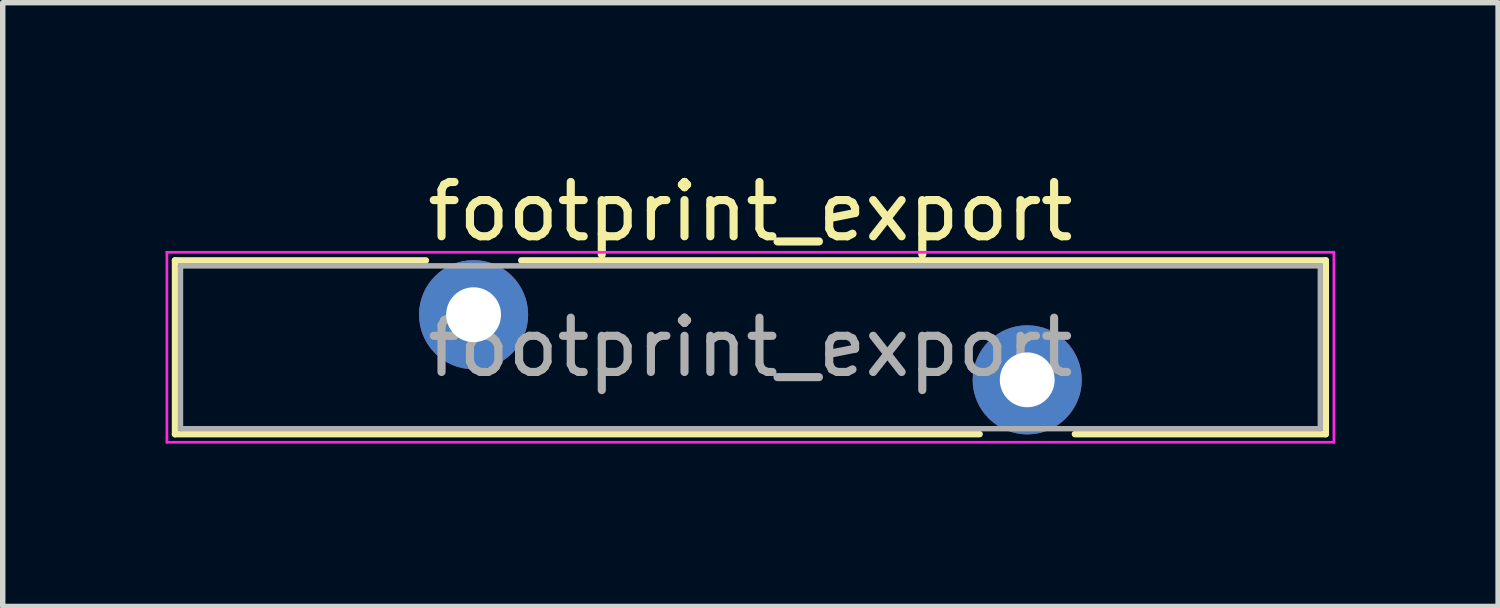
<source format=kicad_pcb>
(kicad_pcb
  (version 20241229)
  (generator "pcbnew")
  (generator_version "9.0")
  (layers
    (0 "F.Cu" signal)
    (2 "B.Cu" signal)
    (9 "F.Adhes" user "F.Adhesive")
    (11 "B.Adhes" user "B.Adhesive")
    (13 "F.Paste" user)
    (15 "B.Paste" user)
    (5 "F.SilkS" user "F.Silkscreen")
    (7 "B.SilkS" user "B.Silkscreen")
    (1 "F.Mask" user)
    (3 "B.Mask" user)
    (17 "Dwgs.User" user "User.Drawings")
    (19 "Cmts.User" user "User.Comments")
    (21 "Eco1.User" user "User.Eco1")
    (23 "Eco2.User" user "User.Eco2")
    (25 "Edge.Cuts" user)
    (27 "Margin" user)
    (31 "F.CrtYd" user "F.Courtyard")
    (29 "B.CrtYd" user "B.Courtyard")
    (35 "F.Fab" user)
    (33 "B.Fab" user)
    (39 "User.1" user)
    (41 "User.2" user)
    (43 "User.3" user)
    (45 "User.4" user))
  (footprint "footprint_export"
    (layer "F.Cu")
    (at 5.675 2.748)
    (property "Reference" "footprint_export" (at 5.1 -1.9 0) (layer "F.SilkS") (effects (font (size 1 1) (thickness 0.15))))
    (attr through_hole)
    (fp_line (start -5.5 -1) (end -5.5 2.2) (stroke (width 0.12) (type solid)) (layer "F.SilkS"))
    (fp_line (start -5.5 -1) (end -0.879 -1) (stroke (width 0.12) (type solid)) (layer "F.SilkS"))
    (fp_line (start -5.5 2.2) (end 9.322 2.2) (stroke (width 0.12) (type solid)) (layer "F.SilkS"))
    (fp_line (start 0.879 -1) (end 15.7 -1) (stroke (width 0.12) (type solid)) (layer "F.SilkS"))
    (fp_line (start 11.079 2.2) (end 15.7 2.2) (stroke (width 0.12) (type solid)) (layer "F.SilkS"))
    (fp_line (start 15.7 -1) (end 15.7 2.2) (stroke (width 0.12) (type solid)) (layer "F.SilkS"))
    (fp_line (start -5.65 -1.15) (end -5.65 2.35) (stroke (width 0.05) (type solid)) (layer "F.CrtYd"))
    (fp_line (start -5.65 2.35) (end 15.85 2.35) (stroke (width 0.05) (type solid)) (layer "F.CrtYd"))
    (fp_line (start 15.85 -1.15) (end -5.65 -1.15) (stroke (width 0.05) (type solid)) (layer "F.CrtYd"))
    (fp_line (start 15.85 2.35) (end 15.85 -1.15) (stroke (width 0.05) (type solid)) (layer "F.CrtYd"))
    (fp_line (start -5.4 -0.9) (end -5.4 2.1) (stroke (width 0.1) (type solid)) (layer "F.Fab"))
    (fp_line (start -5.4 2.1) (end 15.6 2.1) (stroke (width 0.1) (type solid)) (layer "F.Fab"))
    (fp_line (start 15.6 -0.9) (end -5.4 -0.9) (stroke (width 0.1) (type solid)) (layer "F.Fab"))
    (fp_line (start 15.6 2.1) (end 15.6 -0.9) (stroke (width 0.1) (type solid)) (layer "F.Fab"))
    (fp_text user "${REFERENCE}" (at 5.1 0.6 0) (layer "F.Fab") (effects (font (size 1 1) (thickness 0.15))))
    (pad "1" thru_hole circle (at 0 0) (size 2.01 2.01) (drill 1.01) (layers "*.Cu" "*.Mask"))
    (pad "2" thru_hole circle (at 10.2 1.2) (size 2.01 2.01) (drill 1.01) (layers "*.Cu" "*.Mask")))
  (gr_rect
    (start -3 -3)
    (end 24.55 8.123)
    (stroke (width 0.1) (type default))
    (fill no)
    (layer "Edge.Cuts")))
</source>
